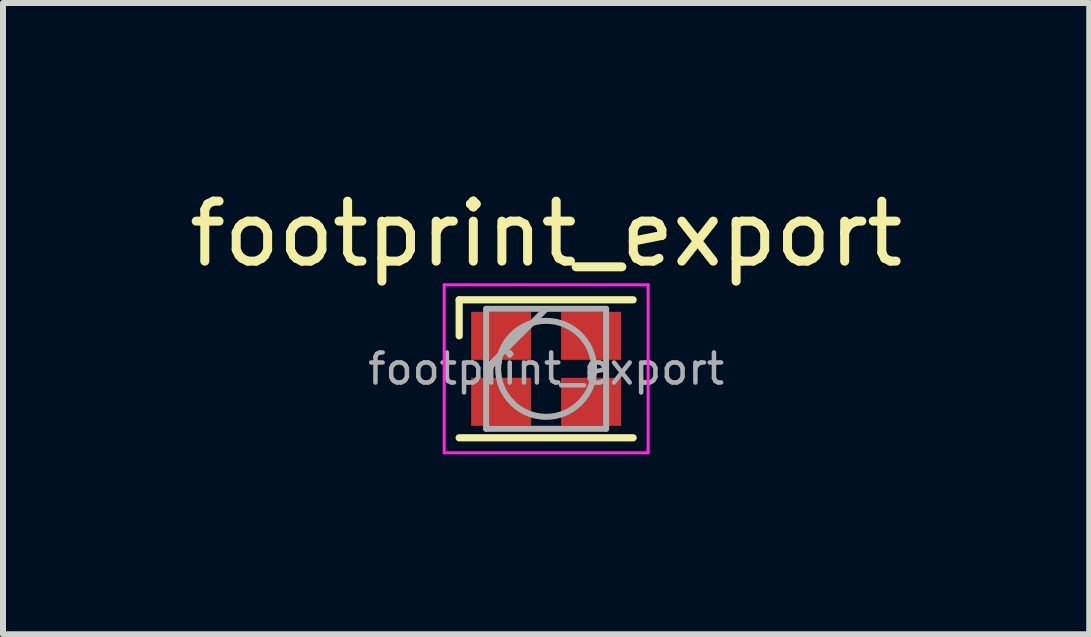
<source format=kicad_pcb>
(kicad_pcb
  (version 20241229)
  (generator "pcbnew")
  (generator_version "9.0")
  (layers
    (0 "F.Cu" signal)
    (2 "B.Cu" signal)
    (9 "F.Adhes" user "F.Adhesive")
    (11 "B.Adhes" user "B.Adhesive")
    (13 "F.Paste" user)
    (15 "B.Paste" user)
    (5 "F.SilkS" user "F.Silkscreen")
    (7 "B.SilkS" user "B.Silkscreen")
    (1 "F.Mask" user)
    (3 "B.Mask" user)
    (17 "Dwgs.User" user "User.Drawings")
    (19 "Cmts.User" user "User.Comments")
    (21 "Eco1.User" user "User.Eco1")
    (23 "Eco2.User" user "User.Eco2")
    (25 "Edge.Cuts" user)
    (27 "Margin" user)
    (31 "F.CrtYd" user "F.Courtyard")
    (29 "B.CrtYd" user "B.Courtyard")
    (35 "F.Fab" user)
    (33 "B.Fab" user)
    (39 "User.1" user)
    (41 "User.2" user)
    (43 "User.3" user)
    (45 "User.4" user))
  (footprint "footprint_export"
    (layer "F.Cu")
    (at 6.054 3.098)
    (property "Reference" "footprint_export" (at 0 -2.25 0) (layer "F.SilkS") (effects (font (size 1 1) (thickness 0.15))))
    (attr smd)
    (fp_line (start -1.45 -1.15) (end 1.45 -1.15) (stroke (width 0.12) (type solid)) (layer "F.SilkS"))
    (fp_line (start -1.45 -0.55) (end -1.45 -1.15) (stroke (width 0.12) (type solid)) (layer "F.SilkS"))
    (fp_line (start -1.45 1.15) (end 1.45 1.15) (stroke (width 0.12) (type solid)) (layer "F.SilkS"))
    (fp_line (start -1.7 -1.4) (end -1.7 1.4) (stroke (width 0.05) (type solid)) (layer "F.CrtYd"))
    (fp_line (start -1.7 1.4) (end 1.7 1.4) (stroke (width 0.05) (type solid)) (layer "F.CrtYd"))
    (fp_line (start 1.7 -1.4) (end -1.7 -1.4) (stroke (width 0.05) (type solid)) (layer "F.CrtYd"))
    (fp_line (start 1.7 1.4) (end 1.7 -1.4) (stroke (width 0.05) (type solid)) (layer "F.CrtYd"))
    (fp_line (start -1 -1) (end -1 1) (stroke (width 0.1) (type solid)) (layer "F.Fab"))
    (fp_line (start -1 1) (end 1 1) (stroke (width 0.1) (type solid)) (layer "F.Fab"))
    (fp_line (start 0 -1) (end -1 0) (stroke (width 0.1) (type solid)) (layer "F.Fab"))
    (fp_line (start 1 -1) (end -1 -1) (stroke (width 0.1) (type solid)) (layer "F.Fab"))
    (fp_line (start 1 1) (end 1 -1) (stroke (width 0.1) (type solid)) (layer "F.Fab"))
    (fp_circle (center 0 0) (end 0.8 0) (stroke (width 0.1) (type solid)) (fill no) (layer "F.Fab"))
    (fp_text user "${REFERENCE}" (at 0 0 0) (layer "F.Fab") (effects (font (size 0.5 0.5) (thickness 0.075))))
    (pad "1" smd rect (at -0.75 -0.55) (size 1 0.8) (layers "F.Cu" "F.Mask" "F.Paste"))
    (pad "2" smd rect (at 0.75 -0.55) (size 1 0.8) (layers "F.Cu" "F.Mask" "F.Paste"))
    (pad "3" smd rect (at 0.75 0.55) (size 1 0.8) (layers "F.Cu" "F.Mask" "F.Paste"))
    (pad "4" smd rect (at -0.75 0.55) (size 1 0.8) (layers "F.Cu" "F.Mask" "F.Paste")))
  (gr_rect
    (start -3 -3)
    (end 15.107 7.523)
    (stroke (width 0.1) (type default))
    (fill no)
    (layer "Edge.Cuts")))
</source>
